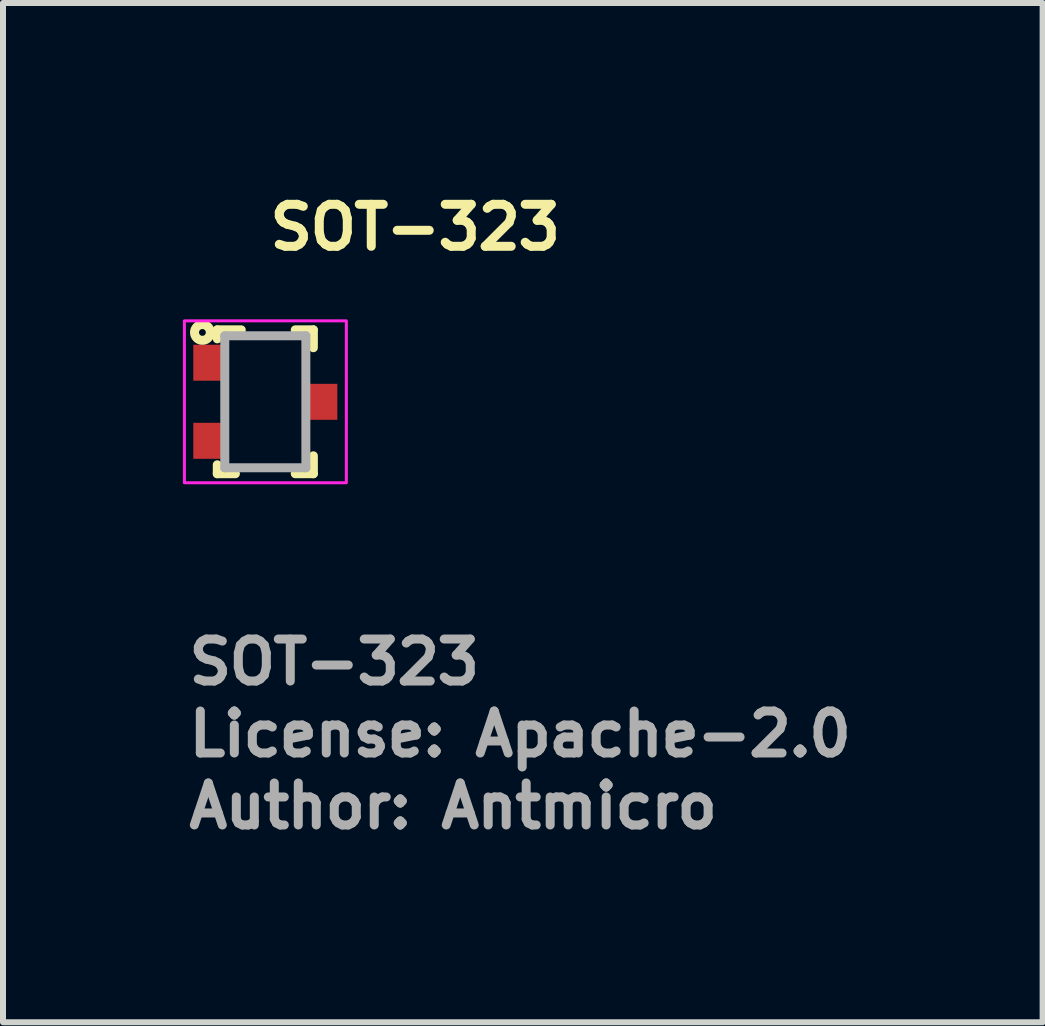
<source format=kicad_pcb>
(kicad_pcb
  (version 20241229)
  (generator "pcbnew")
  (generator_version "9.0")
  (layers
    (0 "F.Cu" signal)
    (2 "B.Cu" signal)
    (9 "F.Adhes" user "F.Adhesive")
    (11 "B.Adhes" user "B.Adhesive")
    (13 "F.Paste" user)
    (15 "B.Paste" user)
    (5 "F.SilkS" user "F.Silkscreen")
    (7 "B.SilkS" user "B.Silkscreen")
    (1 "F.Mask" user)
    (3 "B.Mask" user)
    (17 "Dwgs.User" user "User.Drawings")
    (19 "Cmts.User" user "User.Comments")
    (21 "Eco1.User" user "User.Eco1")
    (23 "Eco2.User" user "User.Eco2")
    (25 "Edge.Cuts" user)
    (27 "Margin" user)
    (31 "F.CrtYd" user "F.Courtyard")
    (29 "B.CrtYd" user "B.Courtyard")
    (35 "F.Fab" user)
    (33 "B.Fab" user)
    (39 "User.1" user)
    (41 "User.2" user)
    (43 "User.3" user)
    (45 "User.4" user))
  (footprint "SOT-323"
    (layer "F.Cu")
    (at 1.375 3.65)
    (property "Reference" "SOT-323" (at 0 -2.5 0) (layer "F.SilkS") (effects (font (size 0.7 0.7) (thickness 0.15)) (justify left bottom)))
    (attr smd)
    (fp_line (start -0.802 -1.2) (end -0.802 -1.05) (stroke (width 0.15) (type solid)) (layer "F.SilkS"))
    (fp_line (start -0.802 1.05) (end -0.802 1.199) (stroke (width 0.15) (type solid)) (layer "F.SilkS"))
    (fp_line (start -0.802 1.199) (end -0.5 1.199) (stroke (width 0.15) (type solid)) (layer "F.SilkS"))
    (fp_line (start -0.402 -1.2) (end -0.802 -1.2) (stroke (width 0.15) (type solid)) (layer "F.SilkS"))
    (fp_line (start 0.498 -1.2) (end 0.8 -1.2) (stroke (width 0.15) (type solid)) (layer "F.SilkS"))
    (fp_line (start 0.498 1.199) (end 0.8 1.199) (stroke (width 0.15) (type solid)) (layer "F.SilkS"))
    (fp_line (start 0.8 -1.2) (end 0.8 -0.902) (stroke (width 0.15) (type solid)) (layer "F.SilkS"))
    (fp_line (start 0.8 1.199) (end 0.8 0.9) (stroke (width 0.15) (type solid)) (layer "F.SilkS"))
    (fp_circle (center -1.05 -1.157) (end -1 -1.13) (stroke (width 0.15) (type solid)) (fill no) (layer "F.SilkS"))
    (fp_rect (start -1.35 -1.35) (end 1.35 1.35) (stroke (width 0.05) (type solid)) (fill no) (layer "F.CrtYd"))
    (fp_line (start -0.677 -1.101) (end -0.677 1.1) (stroke (width 0.15) (type solid)) (layer "F.Fab"))
    (fp_line (start -0.677 -1.101) (end 0.675 -1.101) (stroke (width 0.15) (type solid)) (layer "F.Fab"))
    (fp_line (start -0.677 1.1) (end 0.675 1.1) (stroke (width 0.15) (type solid)) (layer "F.Fab"))
    (fp_line (start 0.675 -1.101) (end 0.675 1.1) (stroke (width 0.15) (type solid)) (layer "F.Fab"))
    (fp_rect (start -1.151 -1.051) (end 1.148 1.05) (stroke (width 0.1) (type solid)) (fill no) (layer "User.5"))
    (fp_rect (start -0.677 -1.101) (end 0.675 1.1) (stroke (width 0.1) (type solid)) (fill no) (layer "User.5"))
    (fp_line (start -1.148 -0.8) (end -1.148 -0.498) (stroke (width 0.02) (type solid)) (layer "User.9"))
    (fp_line (start -1.148 -0.8) (end -0.925 -0.8) (stroke (width 0.02) (type solid)) (layer "User.9"))
    (fp_line (start -1.148 -0.498) (end -0.925 -0.498) (stroke (width 0.02) (type solid)) (layer "User.9"))
    (fp_line (start -1.148 0.5) (end -1.148 0.802) (stroke (width 0.02) (type solid)) (layer "User.9"))
    (fp_line (start -1.148 0.5) (end -0.925 0.5) (stroke (width 0.02) (type solid)) (layer "User.9"))
    (fp_line (start -1.148 0.802) (end -0.925 0.802) (stroke (width 0.02) (type solid)) (layer "User.9"))
    (fp_line (start -0.875 -0.8) (end -0.925 -0.8) (stroke (width 0.02) (type solid)) (layer "User.9"))
    (fp_line (start -0.875 -0.498) (end -0.925 -0.498) (stroke (width 0.02) (type solid)) (layer "User.9"))
    (fp_line (start -0.875 0.5) (end -0.925 0.5) (stroke (width 0.02) (type solid)) (layer "User.9"))
    (fp_line (start -0.875 0.802) (end -0.925 0.802) (stroke (width 0.02) (type solid)) (layer "User.9"))
    (fp_line (start -0.826 -0.8) (end -0.875 -0.8) (stroke (width 0.02) (type solid)) (layer "User.9"))
    (fp_line (start -0.826 -0.8) (end -0.627 -0.8) (stroke (width 0.02) (type solid)) (layer "User.9"))
    (fp_line (start -0.826 -0.498) (end -0.875 -0.498) (stroke (width 0.02) (type solid)) (layer "User.9"))
    (fp_line (start -0.826 -0.498) (end -0.627 -0.498) (stroke (width 0.02) (type solid)) (layer "User.9"))
    (fp_line (start -0.826 0.5) (end -0.875 0.5) (stroke (width 0.02) (type solid)) (layer "User.9"))
    (fp_line (start -0.826 0.5) (end -0.627 0.5) (stroke (width 0.02) (type solid)) (layer "User.9"))
    (fp_line (start -0.826 0.802) (end -0.875 0.802) (stroke (width 0.02) (type solid)) (layer "User.9"))
    (fp_line (start -0.826 0.802) (end -0.627 0.802) (stroke (width 0.02) (type solid)) (layer "User.9"))
    (fp_line (start -0.624 -0.961) (end -0.623 -0.966) (stroke (width 0.02) (type solid)) (layer "User.9"))
    (fp_line (start -0.624 -0.958) (end -0.624 -0.961) (stroke (width 0.02) (type solid)) (layer "User.9"))
    (fp_line (start -0.624 0.96) (end -0.623 0.955) (stroke (width 0.02) (type solid)) (layer "User.9"))
    (fp_line (start -0.624 0.963) (end -0.624 0.96) (stroke (width 0.02) (type solid)) (layer "User.9"))
    (fp_line (start -0.623 -0.97) (end -0.622 -0.975) (stroke (width 0.02) (type solid)) (layer "User.9"))
    (fp_line (start -0.623 -0.966) (end -0.623 -0.97) (stroke (width 0.02) (type solid)) (layer "User.9"))
    (fp_line (start -0.623 -0.953) (end -0.624 -0.958) (stroke (width 0.02) (type solid)) (layer "User.9"))
    (fp_line (start -0.623 -0.953) (end -0.623 -0.8) (stroke (width 0.02) (type solid)) (layer "User.9"))
    (fp_line (start -0.623 -0.498) (end -0.623 0.5) (stroke (width 0.02) (type solid)) (layer "User.9"))
    (fp_line (start -0.623 0.802) (end -0.623 0.955) (stroke (width 0.02) (type solid)) (layer "User.9"))
    (fp_line (start -0.623 0.968) (end -0.624 0.963) (stroke (width 0.02) (type solid)) (layer "User.9"))
    (fp_line (start -0.623 0.972) (end -0.623 0.968) (stroke (width 0.02) (type solid)) (layer "User.9"))
    (fp_line (start -0.622 -0.975) (end -0.62 -0.979) (stroke (width 0.02) (type solid)) (layer "User.9"))
    (fp_line (start -0.622 0.977) (end -0.623 0.972) (stroke (width 0.02) (type solid)) (layer "User.9"))
    (fp_line (start -0.62 -0.979) (end -0.619 -0.984) (stroke (width 0.02) (type solid)) (layer "User.9"))
    (fp_line (start -0.62 0.981) (end -0.622 0.977) (stroke (width 0.02) (type solid)) (layer "User.9"))
    (fp_line (start -0.619 -0.984) (end -0.617 -0.988) (stroke (width 0.02) (type solid)) (layer "User.9"))
    (fp_line (start -0.619 0.986) (end -0.62 0.981) (stroke (width 0.02) (type solid)) (layer "User.9"))
    (fp_line (start -0.617 -0.988) (end -0.615 -0.993) (stroke (width 0.02) (type solid)) (layer "User.9"))
    (fp_line (start -0.617 0.99) (end -0.619 0.986) (stroke (width 0.02) (type solid)) (layer "User.9"))
    (fp_line (start -0.615 -0.993) (end -0.613 -0.997) (stroke (width 0.02) (type solid)) (layer "User.9"))
    (fp_line (start -0.615 0.995) (end -0.617 0.99) (stroke (width 0.02) (type solid)) (layer "User.9"))
    (fp_line (start -0.613 -0.997) (end -0.61 -1.001) (stroke (width 0.02) (type solid)) (layer "User.9"))
    (fp_line (start -0.613 0.999) (end -0.615 0.995) (stroke (width 0.02) (type solid)) (layer "User.9"))
    (fp_line (start -0.61 -1.001) (end -0.608 -1.005) (stroke (width 0.02) (type solid)) (layer "User.9"))
    (fp_line (start -0.61 1.004) (end -0.613 0.999) (stroke (width 0.02) (type solid)) (layer "User.9"))
    (fp_line (start -0.608 -1.005) (end -0.605 -1.009) (stroke (width 0.02) (type solid)) (layer "User.9"))
    (fp_line (start -0.608 1.008) (end -0.61 1.004) (stroke (width 0.02) (type solid)) (layer "User.9"))
    (fp_line (start -0.605 -1.009) (end -0.602 -1.013) (stroke (width 0.02) (type solid)) (layer "User.9"))
    (fp_line (start -0.605 1.012) (end -0.608 1.008) (stroke (width 0.02) (type solid)) (layer "User.9"))
    (fp_line (start -0.602 -1.013) (end -0.599 -1.017) (stroke (width 0.02) (type solid)) (layer "User.9"))
    (fp_line (start -0.602 1.016) (end -0.605 1.012) (stroke (width 0.02) (type solid)) (layer "User.9"))
    (fp_line (start -0.599 -1.017) (end -0.595 -1.021) (stroke (width 0.02) (type solid)) (layer "User.9"))
    (fp_line (start -0.599 1.02) (end -0.602 1.016) (stroke (width 0.02) (type solid)) (layer "User.9"))
    (fp_line (start -0.595 -1.021) (end -0.592 -1.024) (stroke (width 0.02) (type solid)) (layer "User.9"))
    (fp_line (start -0.595 1.022) (end -0.599 1.02) (stroke (width 0.02) (type solid)) (layer "User.9"))
    (fp_line (start -0.592 -1.024) (end -0.588 -1.028) (stroke (width 0.02) (type solid)) (layer "User.9"))
    (fp_line (start -0.592 1.027) (end -0.595 1.022) (stroke (width 0.02) (type solid)) (layer "User.9"))
    (fp_line (start -0.588 -1.028) (end -0.584 -1.03) (stroke (width 0.02) (type solid)) (layer "User.9"))
    (fp_line (start -0.588 1.029) (end -0.592 1.027) (stroke (width 0.02) (type solid)) (layer "User.9"))
    (fp_line (start -0.584 -1.03) (end -0.58 -1.034) (stroke (width 0.02) (type solid)) (layer "User.9"))
    (fp_line (start -0.584 1.033) (end -0.588 1.029) (stroke (width 0.02) (type solid)) (layer "User.9"))
    (fp_line (start -0.583 -0.8) (end -0.627 -0.8) (stroke (width 0.02) (type solid)) (layer "User.9"))
    (fp_line (start -0.583 -0.8) (end -0.583 -0.498) (stroke (width 0.02) (type solid)) (layer "User.9"))
    (fp_line (start -0.583 -0.498) (end -0.627 -0.498) (stroke (width 0.02) (type solid)) (layer "User.9"))
    (fp_line (start -0.583 0.5) (end -0.627 0.5) (stroke (width 0.02) (type solid)) (layer "User.9"))
    (fp_line (start -0.583 0.5) (end -0.583 0.802) (stroke (width 0.02) (type solid)) (layer "User.9"))
    (fp_line (start -0.583 0.802) (end -0.627 0.802) (stroke (width 0.02) (type solid)) (layer "User.9"))
    (fp_line (start -0.58 -1.034) (end -0.576 -1.036) (stroke (width 0.02) (type solid)) (layer "User.9"))
    (fp_line (start -0.58 1.035) (end -0.584 1.033) (stroke (width 0.02) (type solid)) (layer "User.9"))
    (fp_line (start -0.576 -1.036) (end -0.573 -1.038) (stroke (width 0.02) (type solid)) (layer "User.9"))
    (fp_line (start -0.576 1.037) (end -0.58 1.035) (stroke (width 0.02) (type solid)) (layer "User.9"))
    (fp_line (start -0.573 -1.038) (end -0.569 -1.04) (stroke (width 0.02) (type solid)) (layer "User.9"))
    (fp_line (start -0.573 1.041) (end -0.576 1.037) (stroke (width 0.02) (type solid)) (layer "User.9"))
    (fp_line (start -0.569 -1.04) (end -0.564 -1.042) (stroke (width 0.02) (type solid)) (layer "User.9"))
    (fp_line (start -0.569 1.043) (end -0.573 1.041) (stroke (width 0.02) (type solid)) (layer "User.9"))
    (fp_line (start -0.564 -1.042) (end -0.56 -1.044) (stroke (width 0.02) (type solid)) (layer "User.9"))
    (fp_line (start -0.564 1.045) (end -0.569 1.043) (stroke (width 0.02) (type solid)) (layer "User.9"))
    (fp_line (start -0.56 -1.044) (end -0.555 -1.046) (stroke (width 0.02) (type solid)) (layer "User.9"))
    (fp_line (start -0.56 1.047) (end -0.564 1.045) (stroke (width 0.02) (type solid)) (layer "User.9"))
    (fp_line (start -0.555 -1.046) (end -0.551 -1.048) (stroke (width 0.02) (type solid)) (layer "User.9"))
    (fp_line (start -0.555 1.047) (end -0.56 1.047) (stroke (width 0.02) (type solid)) (layer "User.9"))
    (fp_line (start -0.551 -1.048) (end -0.546 -1.048) (stroke (width 0.02) (type solid)) (layer "User.9"))
    (fp_line (start -0.551 1.049) (end -0.555 1.047) (stroke (width 0.02) (type solid)) (layer "User.9"))
    (fp_line (start -0.546 -1.048) (end -0.542 -1.048) (stroke (width 0.02) (type solid)) (layer "User.9"))
    (fp_line (start -0.546 1.051) (end -0.551 1.049) (stroke (width 0.02) (type solid)) (layer "User.9"))
    (fp_line (start -0.542 -1.048) (end -0.537 -1.05) (stroke (width 0.02) (type solid)) (layer "User.9"))
    (fp_line (start -0.542 1.051) (end -0.546 1.051) (stroke (width 0.02) (type solid)) (layer "User.9"))
    (fp_line (start -0.537 -1.05) (end -0.533 -1.05) (stroke (width 0.02) (type solid)) (layer "User.9"))
    (fp_line (start -0.537 1.051) (end -0.542 1.051) (stroke (width 0.02) (type solid)) (layer "User.9"))
    (fp_line (start -0.533 -1.05) (end -0.528 -1.05) (stroke (width 0.02) (type solid)) (layer "User.9"))
    (fp_line (start -0.533 1.051) (end -0.537 1.051) (stroke (width 0.02) (type solid)) (layer "User.9"))
    (fp_line (start -0.528 1.051) (end -0.533 1.051) (stroke (width 0.02) (type solid)) (layer "User.9"))
    (fp_line (start -0.528 1.051) (end 0.53 1.051) (stroke (width 0.02) (type solid)) (layer "User.9"))
    (fp_line (start -0.518 -0.849) (end -0.517 -0.845) (stroke (width 0.02) (type solid)) (layer "User.9"))
    (fp_line (start -0.518 0.851) (end -0.517 0.856) (stroke (width 0.02) (type solid)) (layer "User.9"))
    (fp_line (start -0.517 -0.859) (end -0.517 -0.854) (stroke (width 0.02) (type solid)) (layer "User.9"))
    (fp_line (start -0.517 -0.854) (end -0.518 -0.849) (stroke (width 0.02) (type solid)) (layer "User.9"))
    (fp_line (start -0.517 -0.845) (end -0.517 0.847) (stroke (width 0.02) (type solid)) (layer "User.9"))
    (fp_line (start -0.517 0.847) (end -0.518 0.851) (stroke (width 0.02) (type solid)) (layer "User.9"))
    (fp_line (start -0.517 0.856) (end -0.517 0.861) (stroke (width 0.02) (type solid)) (layer "User.9"))
    (fp_line (start -0.517 0.861) (end -0.516 0.865) (stroke (width 0.02) (type solid)) (layer "User.9"))
    (fp_line (start -0.516 -0.863) (end -0.517 -0.859) (stroke (width 0.02) (type solid)) (layer "User.9"))
    (fp_line (start -0.516 0.865) (end -0.515 0.87) (stroke (width 0.02) (type solid)) (layer "User.9"))
    (fp_line (start -0.515 -0.868) (end -0.516 -0.863) (stroke (width 0.02) (type solid)) (layer "User.9"))
    (fp_line (start -0.515 0.87) (end -0.514 0.874) (stroke (width 0.02) (type solid)) (layer "User.9"))
    (fp_line (start -0.514 -0.872) (end -0.515 -0.868) (stroke (width 0.02) (type solid)) (layer "User.9"))
    (fp_line (start -0.514 0.874) (end -0.513 0.879) (stroke (width 0.02) (type solid)) (layer "User.9"))
    (fp_line (start -0.513 -0.877) (end -0.514 -0.872) (stroke (width 0.02) (type solid)) (layer "User.9"))
    (fp_line (start -0.513 0.879) (end -0.51 0.883) (stroke (width 0.02) (type solid)) (layer "User.9"))
    (fp_line (start -0.51 -0.881) (end -0.513 -0.877) (stroke (width 0.02) (type solid)) (layer "User.9"))
    (fp_line (start -0.51 0.883) (end -0.508 0.887) (stroke (width 0.02) (type solid)) (layer "User.9"))
    (fp_line (start -0.508 -0.885) (end -0.51 -0.881) (stroke (width 0.02) (type solid)) (layer "User.9"))
    (fp_line (start -0.508 0.887) (end -0.506 0.892) (stroke (width 0.02) (type solid)) (layer "User.9"))
    (fp_line (start -0.506 -0.89) (end -0.508 -0.885) (stroke (width 0.02) (type solid)) (layer "User.9"))
    (fp_line (start -0.506 0.892) (end -0.503 0.896) (stroke (width 0.02) (type solid)) (layer "User.9"))
    (fp_line (start -0.503 -0.894) (end -0.506 -0.89) (stroke (width 0.02) (type solid)) (layer "User.9"))
    (fp_line (start -0.503 0.896) (end -0.5 0.901) (stroke (width 0.02) (type solid)) (layer "User.9"))
    (fp_line (start -0.5 -0.899) (end -0.503 -0.894) (stroke (width 0.02) (type solid)) (layer "User.9"))
    (fp_line (start -0.5 0.901) (end -0.498 0.905) (stroke (width 0.02) (type solid)) (layer "User.9"))
    (fp_line (start -0.498 -0.903) (end -0.5 -0.899) (stroke (width 0.02) (type solid)) (layer "User.9"))
    (fp_line (start -0.498 0.905) (end -0.495 0.909) (stroke (width 0.02) (type solid)) (layer "User.9"))
    (fp_line (start -0.495 -0.907) (end -0.498 -0.903) (stroke (width 0.02) (type solid)) (layer "User.9"))
    (fp_line (start -0.495 0.909) (end -0.491 0.912) (stroke (width 0.02) (type solid)) (layer "User.9"))
    (fp_line (start -0.491 -0.91) (end -0.495 -0.907) (stroke (width 0.02) (type solid)) (layer "User.9"))
    (fp_line (start -0.491 0.912) (end -0.488 0.916) (stroke (width 0.02) (type solid)) (layer "User.9"))
    (fp_line (start -0.488 -0.914) (end -0.491 -0.91) (stroke (width 0.02) (type solid)) (layer "User.9"))
    (fp_line (start -0.488 0.916) (end -0.484 0.919) (stroke (width 0.02) (type solid)) (layer "User.9"))
    (fp_line (start -0.484 -0.917) (end -0.488 -0.914) (stroke (width 0.02) (type solid)) (layer "User.9"))
    (fp_line (start -0.484 0.919) (end -0.481 0.923) (stroke (width 0.02) (type solid)) (layer "User.9"))
    (fp_line (start -0.481 -0.921) (end -0.484 -0.917) (stroke (width 0.02) (type solid)) (layer "User.9"))
    (fp_line (start -0.481 0.923) (end -0.478 0.926) (stroke (width 0.02) (type solid)) (layer "User.9"))
    (fp_line (start -0.478 -0.924) (end -0.481 -0.921) (stroke (width 0.02) (type solid)) (layer "User.9"))
    (fp_line (start -0.478 0.926) (end -0.474 0.928) (stroke (width 0.02) (type solid)) (layer "User.9"))
    (fp_line (start -0.474 -0.926) (end -0.478 -0.924) (stroke (width 0.02) (type solid)) (layer "User.9"))
    (fp_line (start -0.474 0.928) (end -0.47 0.931) (stroke (width 0.02) (type solid)) (layer "User.9"))
    (fp_line (start -0.47 -0.929) (end -0.474 -0.926) (stroke (width 0.02) (type solid)) (layer "User.9"))
    (fp_line (start -0.47 0.931) (end -0.466 0.934) (stroke (width 0.02) (type solid)) (layer "User.9"))
    (fp_line (start -0.466 -0.932) (end -0.47 -0.929) (stroke (width 0.02) (type solid)) (layer "User.9"))
    (fp_line (start -0.466 0.934) (end -0.461 0.936) (stroke (width 0.02) (type solid)) (layer "User.9"))
    (fp_line (start -0.461 -0.934) (end -0.466 -0.932) (stroke (width 0.02) (type solid)) (layer "User.9"))
    (fp_line (start -0.461 0.936) (end -0.457 0.938) (stroke (width 0.02) (type solid)) (layer "User.9"))
    (fp_line (start -0.457 -0.936) (end -0.461 -0.934) (stroke (width 0.02) (type solid)) (layer "User.9"))
    (fp_line (start -0.457 0.938) (end -0.453 0.94) (stroke (width 0.02) (type solid)) (layer "User.9"))
    (fp_line (start -0.453 -0.938) (end -0.457 -0.936) (stroke (width 0.02) (type solid)) (layer "User.9"))
    (fp_line (start -0.453 0.94) (end -0.448 0.941) (stroke (width 0.02) (type solid)) (layer "User.9"))
    (fp_line (start -0.448 -0.939) (end -0.453 -0.938) (stroke (width 0.02) (type solid)) (layer "User.9"))
    (fp_line (start -0.448 0.941) (end -0.443 0.942) (stroke (width 0.02) (type solid)) (layer "User.9"))
    (fp_line (start -0.443 -0.94) (end -0.448 -0.939) (stroke (width 0.02) (type solid)) (layer "User.9"))
    (fp_line (start -0.443 0.942) (end -0.438 0.943) (stroke (width 0.02) (type solid)) (layer "User.9"))
    (fp_line (start -0.438 -0.941) (end -0.443 -0.94) (stroke (width 0.02) (type solid)) (layer "User.9"))
    (fp_line (start -0.438 0.943) (end -0.434 0.944) (stroke (width 0.02) (type solid)) (layer "User.9"))
    (fp_line (start -0.434 -0.942) (end -0.438 -0.941) (stroke (width 0.02) (type solid)) (layer "User.9"))
    (fp_line (start -0.434 0.944) (end -0.429 0.944) (stroke (width 0.02) (type solid)) (layer "User.9"))
    (fp_line (start -0.429 -0.942) (end -0.434 -0.942) (stroke (width 0.02) (type solid)) (layer "User.9"))
    (fp_line (start -0.429 0.944) (end -0.424 0.945) (stroke (width 0.02) (type solid)) (layer "User.9"))
    (fp_line (start -0.424 -0.943) (end -0.429 -0.942) (stroke (width 0.02) (type solid)) (layer "User.9"))
    (fp_line (start -0.424 0.945) (end -0.42 0.944) (stroke (width 0.02) (type solid)) (layer "User.9"))
    (fp_line (start -0.42 -0.942) (end -0.424 -0.943) (stroke (width 0.02) (type solid)) (layer "User.9"))
    (fp_line (start -0.42 0.944) (end 0.422 0.944) (stroke (width 0.02) (type solid)) (layer "User.9"))
    (fp_line (start 0.422 -0.942) (end -0.42 -0.942) (stroke (width 0.02) (type solid)) (layer "User.9"))
    (fp_line (start 0.422 0.944) (end 0.426 0.945) (stroke (width 0.02) (type solid)) (layer "User.9"))
    (fp_line (start 0.426 -0.943) (end 0.422 -0.942) (stroke (width 0.02) (type solid)) (layer "User.9"))
    (fp_line (start 0.426 0.945) (end 0.431 0.944) (stroke (width 0.02) (type solid)) (layer "User.9"))
    (fp_line (start 0.431 -0.942) (end 0.426 -0.943) (stroke (width 0.02) (type solid)) (layer "User.9"))
    (fp_line (start 0.431 0.944) (end 0.436 0.944) (stroke (width 0.02) (type solid)) (layer "User.9"))
    (fp_line (start 0.436 -0.942) (end 0.431 -0.942) (stroke (width 0.02) (type solid)) (layer "User.9"))
    (fp_line (start 0.436 0.944) (end 0.44 0.943) (stroke (width 0.02) (type solid)) (layer "User.9"))
    (fp_line (start 0.44 -0.941) (end 0.436 -0.942) (stroke (width 0.02) (type solid)) (layer "User.9"))
    (fp_line (start 0.44 0.943) (end 0.445 0.942) (stroke (width 0.02) (type solid)) (layer "User.9"))
    (fp_line (start 0.445 -0.94) (end 0.44 -0.941) (stroke (width 0.02) (type solid)) (layer "User.9"))
    (fp_line (start 0.445 0.942) (end 0.45 0.941) (stroke (width 0.02) (type solid)) (layer "User.9"))
    (fp_line (start 0.45 -0.939) (end 0.445 -0.94) (stroke (width 0.02) (type solid)) (layer "User.9"))
    (fp_line (start 0.45 0.941) (end 0.455 0.94) (stroke (width 0.02) (type solid)) (layer "User.9"))
    (fp_line (start 0.455 -0.938) (end 0.45 -0.939) (stroke (width 0.02) (type solid)) (layer "User.9"))
    (fp_line (start 0.455 0.94) (end 0.459 0.938) (stroke (width 0.02) (type solid)) (layer "User.9"))
    (fp_line (start 0.459 -0.936) (end 0.455 -0.938) (stroke (width 0.02) (type solid)) (layer "User.9"))
    (fp_line (start 0.459 0.938) (end 0.463 0.936) (stroke (width 0.02) (type solid)) (layer "User.9"))
    (fp_line (start 0.463 -0.934) (end 0.459 -0.936) (stroke (width 0.02) (type solid)) (layer "User.9"))
    (fp_line (start 0.463 0.936) (end 0.468 0.934) (stroke (width 0.02) (type solid)) (layer "User.9"))
    (fp_line (start 0.468 -0.932) (end 0.463 -0.934) (stroke (width 0.02) (type solid)) (layer "User.9"))
    (fp_line (start 0.468 0.934) (end 0.472 0.931) (stroke (width 0.02) (type solid)) (layer "User.9"))
    (fp_line (start 0.472 -0.929) (end 0.468 -0.932) (stroke (width 0.02) (type solid)) (layer "User.9"))
    (fp_line (start 0.472 0.931) (end 0.476 0.928) (stroke (width 0.02) (type solid)) (layer "User.9"))
    (fp_line (start 0.476 -0.926) (end 0.472 -0.929) (stroke (width 0.02) (type solid)) (layer "User.9"))
    (fp_line (start 0.476 0.928) (end 0.48 0.926) (stroke (width 0.02) (type solid)) (layer "User.9"))
    (fp_line (start 0.48 -0.924) (end 0.476 -0.926) (stroke (width 0.02) (type solid)) (layer "User.9"))
    (fp_line (start 0.48 0.926) (end 0.483 0.923) (stroke (width 0.02) (type solid)) (layer "User.9"))
    (fp_line (start 0.483 -0.921) (end 0.48 -0.924) (stroke (width 0.02) (type solid)) (layer "User.9"))
    (fp_line (start 0.483 0.923) (end 0.486 0.919) (stroke (width 0.02) (type solid)) (layer "User.9"))
    (fp_line (start 0.486 -0.917) (end 0.483 -0.921) (stroke (width 0.02) (type solid)) (layer "User.9"))
    (fp_line (start 0.486 0.919) (end 0.49 0.916) (stroke (width 0.02) (type solid)) (layer "User.9"))
    (fp_line (start 0.49 -0.914) (end 0.486 -0.917) (stroke (width 0.02) (type solid)) (layer "User.9"))
    (fp_line (start 0.49 0.916) (end 0.493 0.912) (stroke (width 0.02) (type solid)) (layer "User.9"))
    (fp_line (start 0.493 -0.91) (end 0.49 -0.914) (stroke (width 0.02) (type solid)) (layer "User.9"))
    (fp_line (start 0.493 0.912) (end 0.497 0.909) (stroke (width 0.02) (type solid)) (layer "User.9"))
    (fp_line (start 0.497 -0.907) (end 0.493 -0.91) (stroke (width 0.02) (type solid)) (layer "User.9"))
    (fp_line (start 0.497 0.909) (end 0.5 0.905) (stroke (width 0.02) (type solid)) (layer "User.9"))
    (fp_line (start 0.5 -0.903) (end 0.497 -0.907) (stroke (width 0.02) (type solid)) (layer "User.9"))
    (fp_line (start 0.5 0.905) (end 0.502 0.901) (stroke (width 0.02) (type solid)) (layer "User.9"))
    (fp_line (start 0.502 -0.899) (end 0.5 -0.903) (stroke (width 0.02) (type solid)) (layer "User.9"))
    (fp_line (start 0.502 0.901) (end 0.505 0.896) (stroke (width 0.02) (type solid)) (layer "User.9"))
    (fp_line (start 0.505 -0.894) (end 0.502 -0.899) (stroke (width 0.02) (type solid)) (layer "User.9"))
    (fp_line (start 0.505 0.896) (end 0.508 0.892) (stroke (width 0.02) (type solid)) (layer "User.9"))
    (fp_line (start 0.508 -0.89) (end 0.505 -0.894) (stroke (width 0.02) (type solid)) (layer "User.9"))
    (fp_line (start 0.508 0.892) (end 0.51 0.887) (stroke (width 0.02) (type solid)) (layer "User.9"))
    (fp_line (start 0.51 -0.885) (end 0.508 -0.89) (stroke (width 0.02) (type solid)) (layer "User.9"))
    (fp_line (start 0.51 0.887) (end 0.512 0.883) (stroke (width 0.02) (type solid)) (layer "User.9"))
    (fp_line (start 0.512 -0.881) (end 0.51 -0.885) (stroke (width 0.02) (type solid)) (layer "User.9"))
    (fp_line (start 0.512 0.883) (end 0.515 0.879) (stroke (width 0.02) (type solid)) (layer "User.9"))
    (fp_line (start 0.515 -0.877) (end 0.512 -0.881) (stroke (width 0.02) (type solid)) (layer "User.9"))
    (fp_line (start 0.515 0.879) (end 0.516 0.874) (stroke (width 0.02) (type solid)) (layer "User.9"))
    (fp_line (start 0.516 -0.872) (end 0.515 -0.877) (stroke (width 0.02) (type solid)) (layer "User.9"))
    (fp_line (start 0.516 0.874) (end 0.517 0.87) (stroke (width 0.02) (type solid)) (layer "User.9"))
    (fp_line (start 0.517 -0.868) (end 0.516 -0.872) (stroke (width 0.02) (type solid)) (layer "User.9"))
    (fp_line (start 0.517 0.87) (end 0.518 0.865) (stroke (width 0.02) (type solid)) (layer "User.9"))
    (fp_line (start 0.518 -0.863) (end 0.517 -0.868) (stroke (width 0.02) (type solid)) (layer "User.9"))
    (fp_line (start 0.518 0.865) (end 0.519 0.861) (stroke (width 0.02) (type solid)) (layer "User.9"))
    (fp_line (start 0.519 -0.859) (end 0.518 -0.863) (stroke (width 0.02) (type solid)) (layer "User.9"))
    (fp_line (start 0.519 -0.854) (end 0.519 -0.859) (stroke (width 0.02) (type solid)) (layer "User.9"))
    (fp_line (start 0.519 -0.845) (end 0.52 -0.849) (stroke (width 0.02) (type solid)) (layer "User.9"))
    (fp_line (start 0.519 0.847) (end 0.519 -0.845) (stroke (width 0.02) (type solid)) (layer "User.9"))
    (fp_line (start 0.519 0.856) (end 0.52 0.851) (stroke (width 0.02) (type solid)) (layer "User.9"))
    (fp_line (start 0.519 0.861) (end 0.519 0.856) (stroke (width 0.02) (type solid)) (layer "User.9"))
    (fp_line (start 0.52 -0.849) (end 0.519 -0.854) (stroke (width 0.02) (type solid)) (layer "User.9"))
    (fp_line (start 0.52 0.851) (end 0.519 0.847) (stroke (width 0.02) (type solid)) (layer "User.9"))
    (fp_line (start 0.53 -1.05) (end -0.528 -1.05) (stroke (width 0.02) (type solid)) (layer "User.9"))
    (fp_line (start 0.53 -1.05) (end 0.535 -1.05) (stroke (width 0.02) (type solid)) (layer "User.9"))
    (fp_line (start 0.535 -1.05) (end 0.539 -1.05) (stroke (width 0.02) (type solid)) (layer "User.9"))
    (fp_line (start 0.535 1.051) (end 0.53 1.051) (stroke (width 0.02) (type solid)) (layer "User.9"))
    (fp_line (start 0.539 -1.05) (end 0.544 -1.048) (stroke (width 0.02) (type solid)) (layer "User.9"))
    (fp_line (start 0.539 1.051) (end 0.535 1.051) (stroke (width 0.02) (type solid)) (layer "User.9"))
    (fp_line (start 0.544 -1.048) (end 0.548 -1.048) (stroke (width 0.02) (type solid)) (layer "User.9"))
    (fp_line (start 0.544 1.051) (end 0.539 1.051) (stroke (width 0.02) (type solid)) (layer "User.9"))
    (fp_line (start 0.548 -1.048) (end 0.553 -1.048) (stroke (width 0.02) (type solid)) (layer "User.9"))
    (fp_line (start 0.548 1.051) (end 0.544 1.051) (stroke (width 0.02) (type solid)) (layer "User.9"))
    (fp_line (start 0.553 -1.048) (end 0.557 -1.046) (stroke (width 0.02) (type solid)) (layer "User.9"))
    (fp_line (start 0.553 1.049) (end 0.548 1.051) (stroke (width 0.02) (type solid)) (layer "User.9"))
    (fp_line (start 0.557 -1.046) (end 0.562 -1.044) (stroke (width 0.02) (type solid)) (layer "User.9"))
    (fp_line (start 0.557 1.047) (end 0.553 1.049) (stroke (width 0.02) (type solid)) (layer "User.9"))
    (fp_line (start 0.562 -1.044) (end 0.566 -1.042) (stroke (width 0.02) (type solid)) (layer "User.9"))
    (fp_line (start 0.562 1.047) (end 0.557 1.047) (stroke (width 0.02) (type solid)) (layer "User.9"))
    (fp_line (start 0.566 -1.042) (end 0.571 -1.04) (stroke (width 0.02) (type solid)) (layer "User.9"))
    (fp_line (start 0.566 1.045) (end 0.562 1.047) (stroke (width 0.02) (type solid)) (layer "User.9"))
    (fp_line (start 0.571 -1.04) (end 0.575 -1.038) (stroke (width 0.02) (type solid)) (layer "User.9"))
    (fp_line (start 0.571 1.043) (end 0.566 1.045) (stroke (width 0.02) (type solid)) (layer "User.9"))
    (fp_line (start 0.575 -1.038) (end 0.578 -1.036) (stroke (width 0.02) (type solid)) (layer "User.9"))
    (fp_line (start 0.575 1.041) (end 0.571 1.043) (stroke (width 0.02) (type solid)) (layer "User.9"))
    (fp_line (start 0.578 -1.036) (end 0.582 -1.034) (stroke (width 0.02) (type solid)) (layer "User.9"))
    (fp_line (start 0.578 1.037) (end 0.575 1.041) (stroke (width 0.02) (type solid)) (layer "User.9"))
    (fp_line (start 0.582 -1.034) (end 0.586 -1.03) (stroke (width 0.02) (type solid)) (layer "User.9"))
    (fp_line (start 0.582 1.035) (end 0.578 1.037) (stroke (width 0.02) (type solid)) (layer "User.9"))
    (fp_line (start 0.585 -0.148) (end 0.629 -0.148) (stroke (width 0.02) (type solid)) (layer "User.9"))
    (fp_line (start 0.585 0.15) (end 0.585 -0.148) (stroke (width 0.02) (type solid)) (layer "User.9"))
    (fp_line (start 0.585 0.15) (end 0.629 0.15) (stroke (width 0.02) (type solid)) (layer "User.9"))
    (fp_line (start 0.586 -1.03) (end 0.59 -1.028) (stroke (width 0.02) (type solid)) (layer "User.9"))
    (fp_line (start 0.586 1.033) (end 0.582 1.035) (stroke (width 0.02) (type solid)) (layer "User.9"))
    (fp_line (start 0.59 -1.028) (end 0.594 -1.024) (stroke (width 0.02) (type solid)) (layer "User.9"))
    (fp_line (start 0.59 1.029) (end 0.586 1.033) (stroke (width 0.02) (type solid)) (layer "User.9"))
    (fp_line (start 0.594 -1.024) (end 0.597 -1.021) (stroke (width 0.02) (type solid)) (layer "User.9"))
    (fp_line (start 0.594 1.027) (end 0.59 1.029) (stroke (width 0.02) (type solid)) (layer "User.9"))
    (fp_line (start 0.597 -1.021) (end 0.601 -1.017) (stroke (width 0.02) (type solid)) (layer "User.9"))
    (fp_line (start 0.597 1.022) (end 0.594 1.027) (stroke (width 0.02) (type solid)) (layer "User.9"))
    (fp_line (start 0.601 -1.017) (end 0.604 -1.013) (stroke (width 0.02) (type solid)) (layer "User.9"))
    (fp_line (start 0.601 1.02) (end 0.597 1.022) (stroke (width 0.02) (type solid)) (layer "User.9"))
    (fp_line (start 0.604 -1.013) (end 0.607 -1.009) (stroke (width 0.02) (type solid)) (layer "User.9"))
    (fp_line (start 0.604 1.016) (end 0.601 1.02) (stroke (width 0.02) (type solid)) (layer "User.9"))
    (fp_line (start 0.607 -1.009) (end 0.61 -1.005) (stroke (width 0.02) (type solid)) (layer "User.9"))
    (fp_line (start 0.607 1.012) (end 0.604 1.016) (stroke (width 0.02) (type solid)) (layer "User.9"))
    (fp_line (start 0.61 -1.005) (end 0.612 -1.001) (stroke (width 0.02) (type solid)) (layer "User.9"))
    (fp_line (start 0.61 1.008) (end 0.607 1.012) (stroke (width 0.02) (type solid)) (layer "User.9"))
    (fp_line (start 0.612 -1.001) (end 0.615 -0.997) (stroke (width 0.02) (type solid)) (layer "User.9"))
    (fp_line (start 0.612 1.004) (end 0.61 1.008) (stroke (width 0.02) (type solid)) (layer "User.9"))
    (fp_line (start 0.615 -0.997) (end 0.617 -0.993) (stroke (width 0.02) (type solid)) (layer "User.9"))
    (fp_line (start 0.615 0.999) (end 0.612 1.004) (stroke (width 0.02) (type solid)) (layer "User.9"))
    (fp_line (start 0.617 -0.993) (end 0.619 -0.988) (stroke (width 0.02) (type solid)) (layer "User.9"))
    (fp_line (start 0.617 0.995) (end 0.615 0.999) (stroke (width 0.02) (type solid)) (layer "User.9"))
    (fp_line (start 0.619 -0.988) (end 0.621 -0.984) (stroke (width 0.02) (type solid)) (layer "User.9"))
    (fp_line (start 0.619 0.99) (end 0.617 0.995) (stroke (width 0.02) (type solid)) (layer "User.9"))
    (fp_line (start 0.621 -0.984) (end 0.622 -0.979) (stroke (width 0.02) (type solid)) (layer "User.9"))
    (fp_line (start 0.621 0.986) (end 0.619 0.99) (stroke (width 0.02) (type solid)) (layer "User.9"))
    (fp_line (start 0.622 -0.979) (end 0.624 -0.975) (stroke (width 0.02) (type solid)) (layer "User.9"))
    (fp_line (start 0.622 0.981) (end 0.621 0.986) (stroke (width 0.02) (type solid)) (layer "User.9"))
    (fp_line (start 0.624 -0.975) (end 0.625 -0.97) (stroke (width 0.02) (type solid)) (layer "User.9"))
    (fp_line (start 0.624 0.977) (end 0.622 0.981) (stroke (width 0.02) (type solid)) (layer "User.9"))
    (fp_line (start 0.625 -0.97) (end 0.625 -0.966) (stroke (width 0.02) (type solid)) (layer "User.9"))
    (fp_line (start 0.625 -0.966) (end 0.626 -0.961) (stroke (width 0.02) (type solid)) (layer "User.9"))
    (fp_line (start 0.625 -0.148) (end 0.625 -0.953) (stroke (width 0.02) (type solid)) (layer "User.9"))
    (fp_line (start 0.625 0.955) (end 0.625 0.15) (stroke (width 0.02) (type solid)) (layer "User.9"))
    (fp_line (start 0.625 0.955) (end 0.626 0.96) (stroke (width 0.02) (type solid)) (layer "User.9"))
    (fp_line (start 0.625 0.968) (end 0.625 0.972) (stroke (width 0.02) (type solid)) (layer "User.9"))
    (fp_line (start 0.625 0.972) (end 0.624 0.977) (stroke (width 0.02) (type solid)) (layer "User.9"))
    (fp_line (start 0.626 -0.961) (end 0.626 -0.958) (stroke (width 0.02) (type solid)) (layer "User.9"))
    (fp_line (start 0.626 -0.958) (end 0.625 -0.953) (stroke (width 0.02) (type solid)) (layer "User.9"))
    (fp_line (start 0.626 0.96) (end 0.626 0.963) (stroke (width 0.02) (type solid)) (layer "User.9"))
    (fp_line (start 0.626 0.963) (end 0.625 0.968) (stroke (width 0.02) (type solid)) (layer "User.9"))
    (fp_line (start 0.828 -0.148) (end 0.629 -0.148) (stroke (width 0.02) (type solid)) (layer "User.9"))
    (fp_line (start 0.828 -0.148) (end 0.877 -0.148) (stroke (width 0.02) (type solid)) (layer "User.9"))
    (fp_line (start 0.828 0.15) (end 0.629 0.15) (stroke (width 0.02) (type solid)) (layer "User.9"))
    (fp_line (start 0.828 0.15) (end 0.877 0.15) (stroke (width 0.02) (type solid)) (layer "User.9"))
    (fp_line (start 0.877 -0.148) (end 0.927 -0.148) (stroke (width 0.02) (type solid)) (layer "User.9"))
    (fp_line (start 0.877 0.15) (end 0.927 0.15) (stroke (width 0.02) (type solid)) (layer "User.9"))
    (fp_line (start 1.151 -0.148) (end 0.927 -0.148) (stroke (width 0.02) (type solid)) (layer "User.9"))
    (fp_line (start 1.151 0.15) (end 0.927 0.15) (stroke (width 0.02) (type solid)) (layer "User.9"))
    (fp_line (start 1.151 0.15) (end 1.151 -0.148) (stroke (width 0.02) (type solid)) (layer "User.9"))
    (fp_text user "${REFERENCE}" (at -1.35 4.749 0) (layer "F.Fab") (effects (font (size 0.7 0.7) (thickness 0.15)) (justify left bottom)))
    (fp_text user "Author: Antmicro" (at -1.35 7.149 0) (layer "F.Fab") (effects (font (size 0.7 0.7) (thickness 0.15)) (justify left bottom)))
    (fp_text user "License: Apache-2.0" (at -1.35 5.949 0) (layer "F.Fab") (effects (font (size 0.7 0.7) (thickness 0.15)) (justify left bottom)))
    (pad "1" smd rect (at -0.927 -0.652) (size 0.55 0.6) (layers "F.Cu" "F.Mask" "F.Paste"))
    (pad "2" smd rect (at -0.927 0.65) (size 0.55 0.6) (layers "F.Cu" "F.Mask" "F.Paste"))
    (pad "3" smd rect (at 0.925 0) (size 0.55 0.6) (layers "F.Cu" "F.Mask" "F.Paste")))
  (gr_rect
    (start -3 -3)
    (end 14.335 13.995)
    (stroke (width 0.1) (type default))
    (fill no)
    (layer "Edge.Cuts")))
</source>
